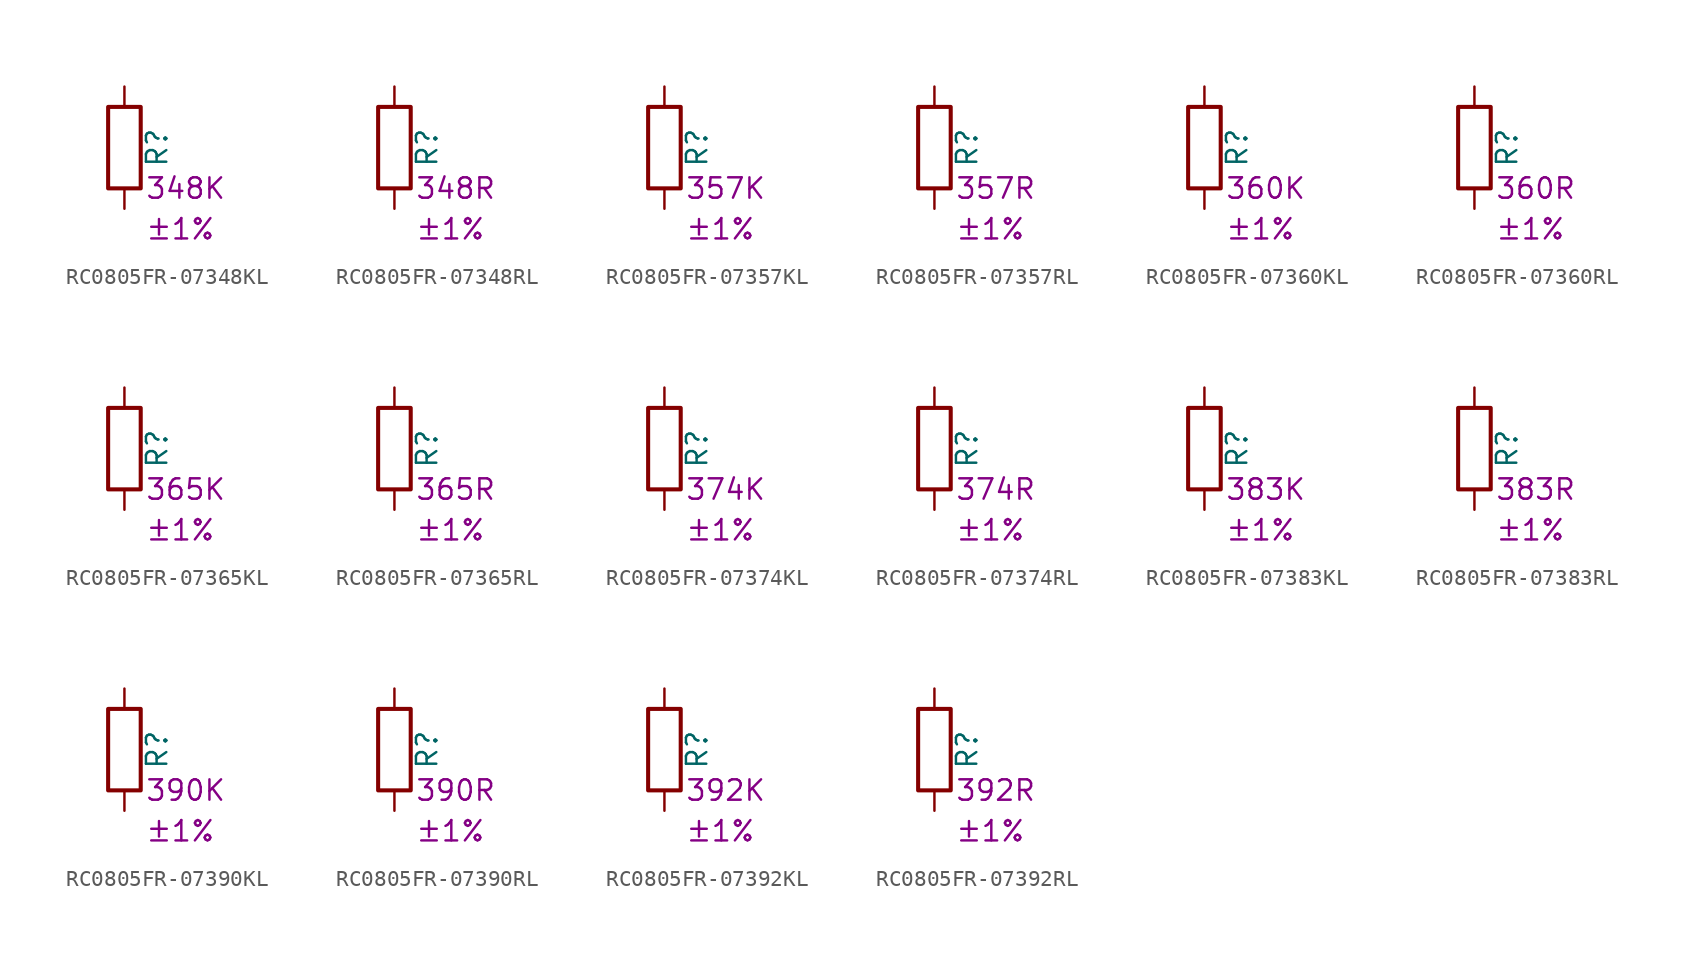
<source format=kicad_sym>
(kicad_symbol_lib
  (version 20220914)
  (generator kicad_symbol_editor)
  (symbol "RC0805FR-07348KL"
    (pin_numbers hide)
    (pin_names
      (offset 0))
    (property "Reference" "R"
      (at 2.032 0 90)
      (effects (font (size 1.27 1.27))))
    (property "Resistance" "348K"
      (at 1.27 -2.54 0)
      (effects (font (size 1.27 1.27)) (justify left)))
    (property "Tolerance" "±1%"
      (at 1.27 -5.08 0)
      (effects (font (size 1.27 1.27)) (justify left)))
    (symbol "RC0805FR-07348KL_0_1"
      (rectangle (start -1.016 -2.54) (end 1.016 2.54) (stroke (width 0.254) (type default)) (fill (type none))))
    (symbol "RC0805FR-07348KL_1_1"
      (pin passive line (at 0 3.81 270) (length 1.27) (name "~" (effects (font (size 1.27 1.27)))) (number "1" (effects (font (size 1.27 1.27)))))
      (pin passive line (at 0 -3.81 90) (length 1.27) (name "~" (effects (font (size 1.27 1.27)))) (number "2" (effects (font (size 1.27 1.27)))))))
  (symbol "RC0805FR-07348RL"
    (pin_numbers hide)
    (pin_names
      (offset 0))
    (property "Reference" "R"
      (at 2.032 0 90)
      (effects (font (size 1.27 1.27))))
    (property "Resistance" "348R"
      (at 1.27 -2.54 0)
      (effects (font (size 1.27 1.27)) (justify left)))
    (property "Tolerance" "±1%"
      (at 1.27 -5.08 0)
      (effects (font (size 1.27 1.27)) (justify left)))
    (symbol "RC0805FR-07348RL_0_1"
      (rectangle (start -1.016 -2.54) (end 1.016 2.54) (stroke (width 0.254) (type default)) (fill (type none))))
    (symbol "RC0805FR-07348RL_1_1"
      (pin passive line (at 0 3.81 270) (length 1.27) (name "~" (effects (font (size 1.27 1.27)))) (number "1" (effects (font (size 1.27 1.27)))))
      (pin passive line (at 0 -3.81 90) (length 1.27) (name "~" (effects (font (size 1.27 1.27)))) (number "2" (effects (font (size 1.27 1.27)))))))
  (symbol "RC0805FR-07357KL"
    (pin_numbers hide)
    (pin_names
      (offset 0))
    (property "Reference" "R"
      (at 2.032 0 90)
      (effects (font (size 1.27 1.27))))
    (property "Resistance" "357K"
      (at 1.27 -2.54 0)
      (effects (font (size 1.27 1.27)) (justify left)))
    (property "Tolerance" "±1%"
      (at 1.27 -5.08 0)
      (effects (font (size 1.27 1.27)) (justify left)))
    (symbol "RC0805FR-07357KL_0_1"
      (rectangle (start -1.016 -2.54) (end 1.016 2.54) (stroke (width 0.254) (type default)) (fill (type none))))
    (symbol "RC0805FR-07357KL_1_1"
      (pin passive line (at 0 3.81 270) (length 1.27) (name "~" (effects (font (size 1.27 1.27)))) (number "1" (effects (font (size 1.27 1.27)))))
      (pin passive line (at 0 -3.81 90) (length 1.27) (name "~" (effects (font (size 1.27 1.27)))) (number "2" (effects (font (size 1.27 1.27)))))))
  (symbol "RC0805FR-07357RL"
    (pin_numbers hide)
    (pin_names
      (offset 0))
    (property "Reference" "R"
      (at 2.032 0 90)
      (effects (font (size 1.27 1.27))))
    (property "Resistance" "357R"
      (at 1.27 -2.54 0)
      (effects (font (size 1.27 1.27)) (justify left)))
    (property "Tolerance" "±1%"
      (at 1.27 -5.08 0)
      (effects (font (size 1.27 1.27)) (justify left)))
    (symbol "RC0805FR-07357RL_0_1"
      (rectangle (start -1.016 -2.54) (end 1.016 2.54) (stroke (width 0.254) (type default)) (fill (type none))))
    (symbol "RC0805FR-07357RL_1_1"
      (pin passive line (at 0 3.81 270) (length 1.27) (name "~" (effects (font (size 1.27 1.27)))) (number "1" (effects (font (size 1.27 1.27)))))
      (pin passive line (at 0 -3.81 90) (length 1.27) (name "~" (effects (font (size 1.27 1.27)))) (number "2" (effects (font (size 1.27 1.27)))))))
  (symbol "RC0805FR-07360KL"
    (pin_numbers hide)
    (pin_names
      (offset 0))
    (property "Reference" "R"
      (at 2.032 0 90)
      (effects (font (size 1.27 1.27))))
    (property "Resistance" "360K"
      (at 1.27 -2.54 0)
      (effects (font (size 1.27 1.27)) (justify left)))
    (property "Tolerance" "±1%"
      (at 1.27 -5.08 0)
      (effects (font (size 1.27 1.27)) (justify left)))
    (symbol "RC0805FR-07360KL_0_1"
      (rectangle (start -1.016 -2.54) (end 1.016 2.54) (stroke (width 0.254) (type default)) (fill (type none))))
    (symbol "RC0805FR-07360KL_1_1"
      (pin passive line (at 0 3.81 270) (length 1.27) (name "~" (effects (font (size 1.27 1.27)))) (number "1" (effects (font (size 1.27 1.27)))))
      (pin passive line (at 0 -3.81 90) (length 1.27) (name "~" (effects (font (size 1.27 1.27)))) (number "2" (effects (font (size 1.27 1.27)))))))
  (symbol "RC0805FR-07360RL"
    (pin_numbers hide)
    (pin_names
      (offset 0))
    (property "Reference" "R"
      (at 2.032 0 90)
      (effects (font (size 1.27 1.27))))
    (property "Resistance" "360R"
      (at 1.27 -2.54 0)
      (effects (font (size 1.27 1.27)) (justify left)))
    (property "Tolerance" "±1%"
      (at 1.27 -5.08 0)
      (effects (font (size 1.27 1.27)) (justify left)))
    (symbol "RC0805FR-07360RL_0_1"
      (rectangle (start -1.016 -2.54) (end 1.016 2.54) (stroke (width 0.254) (type default)) (fill (type none))))
    (symbol "RC0805FR-07360RL_1_1"
      (pin passive line (at 0 3.81 270) (length 1.27) (name "~" (effects (font (size 1.27 1.27)))) (number "1" (effects (font (size 1.27 1.27)))))
      (pin passive line (at 0 -3.81 90) (length 1.27) (name "~" (effects (font (size 1.27 1.27)))) (number "2" (effects (font (size 1.27 1.27)))))))
  (symbol "RC0805FR-07365KL"
    (pin_numbers hide)
    (pin_names
      (offset 0))
    (property "Reference" "R"
      (at 2.032 0 90)
      (effects (font (size 1.27 1.27))))
    (property "Resistance" "365K"
      (at 1.27 -2.54 0)
      (effects (font (size 1.27 1.27)) (justify left)))
    (property "Tolerance" "±1%"
      (at 1.27 -5.08 0)
      (effects (font (size 1.27 1.27)) (justify left)))
    (symbol "RC0805FR-07365KL_0_1"
      (rectangle (start -1.016 -2.54) (end 1.016 2.54) (stroke (width 0.254) (type default)) (fill (type none))))
    (symbol "RC0805FR-07365KL_1_1"
      (pin passive line (at 0 3.81 270) (length 1.27) (name "~" (effects (font (size 1.27 1.27)))) (number "1" (effects (font (size 1.27 1.27)))))
      (pin passive line (at 0 -3.81 90) (length 1.27) (name "~" (effects (font (size 1.27 1.27)))) (number "2" (effects (font (size 1.27 1.27)))))))
  (symbol "RC0805FR-07365RL"
    (pin_numbers hide)
    (pin_names
      (offset 0))
    (property "Reference" "R"
      (at 2.032 0 90)
      (effects (font (size 1.27 1.27))))
    (property "Resistance" "365R"
      (at 1.27 -2.54 0)
      (effects (font (size 1.27 1.27)) (justify left)))
    (property "Tolerance" "±1%"
      (at 1.27 -5.08 0)
      (effects (font (size 1.27 1.27)) (justify left)))
    (symbol "RC0805FR-07365RL_0_1"
      (rectangle (start -1.016 -2.54) (end 1.016 2.54) (stroke (width 0.254) (type default)) (fill (type none))))
    (symbol "RC0805FR-07365RL_1_1"
      (pin passive line (at 0 3.81 270) (length 1.27) (name "~" (effects (font (size 1.27 1.27)))) (number "1" (effects (font (size 1.27 1.27)))))
      (pin passive line (at 0 -3.81 90) (length 1.27) (name "~" (effects (font (size 1.27 1.27)))) (number "2" (effects (font (size 1.27 1.27)))))))
  (symbol "RC0805FR-07374KL"
    (pin_numbers hide)
    (pin_names
      (offset 0))
    (property "Reference" "R"
      (at 2.032 0 90)
      (effects (font (size 1.27 1.27))))
    (property "Resistance" "374K"
      (at 1.27 -2.54 0)
      (effects (font (size 1.27 1.27)) (justify left)))
    (property "Tolerance" "±1%"
      (at 1.27 -5.08 0)
      (effects (font (size 1.27 1.27)) (justify left)))
    (symbol "RC0805FR-07374KL_0_1"
      (rectangle (start -1.016 -2.54) (end 1.016 2.54) (stroke (width 0.254) (type default)) (fill (type none))))
    (symbol "RC0805FR-07374KL_1_1"
      (pin passive line (at 0 3.81 270) (length 1.27) (name "~" (effects (font (size 1.27 1.27)))) (number "1" (effects (font (size 1.27 1.27)))))
      (pin passive line (at 0 -3.81 90) (length 1.27) (name "~" (effects (font (size 1.27 1.27)))) (number "2" (effects (font (size 1.27 1.27)))))))
  (symbol "RC0805FR-07374RL"
    (pin_numbers hide)
    (pin_names
      (offset 0))
    (property "Reference" "R"
      (at 2.032 0 90)
      (effects (font (size 1.27 1.27))))
    (property "Resistance" "374R"
      (at 1.27 -2.54 0)
      (effects (font (size 1.27 1.27)) (justify left)))
    (property "Tolerance" "±1%"
      (at 1.27 -5.08 0)
      (effects (font (size 1.27 1.27)) (justify left)))
    (symbol "RC0805FR-07374RL_0_1"
      (rectangle (start -1.016 -2.54) (end 1.016 2.54) (stroke (width 0.254) (type default)) (fill (type none))))
    (symbol "RC0805FR-07374RL_1_1"
      (pin passive line (at 0 3.81 270) (length 1.27) (name "~" (effects (font (size 1.27 1.27)))) (number "1" (effects (font (size 1.27 1.27)))))
      (pin passive line (at 0 -3.81 90) (length 1.27) (name "~" (effects (font (size 1.27 1.27)))) (number "2" (effects (font (size 1.27 1.27)))))))
  (symbol "RC0805FR-07383KL"
    (pin_numbers hide)
    (pin_names
      (offset 0))
    (property "Reference" "R"
      (at 2.032 0 90)
      (effects (font (size 1.27 1.27))))
    (property "Resistance" "383K"
      (at 1.27 -2.54 0)
      (effects (font (size 1.27 1.27)) (justify left)))
    (property "Tolerance" "±1%"
      (at 1.27 -5.08 0)
      (effects (font (size 1.27 1.27)) (justify left)))
    (symbol "RC0805FR-07383KL_0_1"
      (rectangle (start -1.016 -2.54) (end 1.016 2.54) (stroke (width 0.254) (type default)) (fill (type none))))
    (symbol "RC0805FR-07383KL_1_1"
      (pin passive line (at 0 3.81 270) (length 1.27) (name "~" (effects (font (size 1.27 1.27)))) (number "1" (effects (font (size 1.27 1.27)))))
      (pin passive line (at 0 -3.81 90) (length 1.27) (name "~" (effects (font (size 1.27 1.27)))) (number "2" (effects (font (size 1.27 1.27)))))))
  (symbol "RC0805FR-07383RL"
    (pin_numbers hide)
    (pin_names
      (offset 0))
    (property "Reference" "R"
      (at 2.032 0 90)
      (effects (font (size 1.27 1.27))))
    (property "Resistance" "383R"
      (at 1.27 -2.54 0)
      (effects (font (size 1.27 1.27)) (justify left)))
    (property "Tolerance" "±1%"
      (at 1.27 -5.08 0)
      (effects (font (size 1.27 1.27)) (justify left)))
    (symbol "RC0805FR-07383RL_0_1"
      (rectangle (start -1.016 -2.54) (end 1.016 2.54) (stroke (width 0.254) (type default)) (fill (type none))))
    (symbol "RC0805FR-07383RL_1_1"
      (pin passive line (at 0 3.81 270) (length 1.27) (name "~" (effects (font (size 1.27 1.27)))) (number "1" (effects (font (size 1.27 1.27)))))
      (pin passive line (at 0 -3.81 90) (length 1.27) (name "~" (effects (font (size 1.27 1.27)))) (number "2" (effects (font (size 1.27 1.27)))))))
  (symbol "RC0805FR-07390KL"
    (pin_numbers hide)
    (pin_names
      (offset 0))
    (property "Reference" "R"
      (at 2.032 0 90)
      (effects (font (size 1.27 1.27))))
    (property "Resistance" "390K"
      (at 1.27 -2.54 0)
      (effects (font (size 1.27 1.27)) (justify left)))
    (property "Tolerance" "±1%"
      (at 1.27 -5.08 0)
      (effects (font (size 1.27 1.27)) (justify left)))
    (symbol "RC0805FR-07390KL_0_1"
      (rectangle (start -1.016 -2.54) (end 1.016 2.54) (stroke (width 0.254) (type default)) (fill (type none))))
    (symbol "RC0805FR-07390KL_1_1"
      (pin passive line (at 0 3.81 270) (length 1.27) (name "~" (effects (font (size 1.27 1.27)))) (number "1" (effects (font (size 1.27 1.27)))))
      (pin passive line (at 0 -3.81 90) (length 1.27) (name "~" (effects (font (size 1.27 1.27)))) (number "2" (effects (font (size 1.27 1.27)))))))
  (symbol "RC0805FR-07390RL"
    (pin_numbers hide)
    (pin_names
      (offset 0))
    (property "Reference" "R"
      (at 2.032 0 90)
      (effects (font (size 1.27 1.27))))
    (property "Resistance" "390R"
      (at 1.27 -2.54 0)
      (effects (font (size 1.27 1.27)) (justify left)))
    (property "Tolerance" "±1%"
      (at 1.27 -5.08 0)
      (effects (font (size 1.27 1.27)) (justify left)))
    (symbol "RC0805FR-07390RL_0_1"
      (rectangle (start -1.016 -2.54) (end 1.016 2.54) (stroke (width 0.254) (type default)) (fill (type none))))
    (symbol "RC0805FR-07390RL_1_1"
      (pin passive line (at 0 3.81 270) (length 1.27) (name "~" (effects (font (size 1.27 1.27)))) (number "1" (effects (font (size 1.27 1.27)))))
      (pin passive line (at 0 -3.81 90) (length 1.27) (name "~" (effects (font (size 1.27 1.27)))) (number "2" (effects (font (size 1.27 1.27)))))))
  (symbol "RC0805FR-07392KL"
    (pin_numbers hide)
    (pin_names
      (offset 0))
    (property "Reference" "R"
      (at 2.032 0 90)
      (effects (font (size 1.27 1.27))))
    (property "Resistance" "392K"
      (at 1.27 -2.54 0)
      (effects (font (size 1.27 1.27)) (justify left)))
    (property "Tolerance" "±1%"
      (at 1.27 -5.08 0)
      (effects (font (size 1.27 1.27)) (justify left)))
    (symbol "RC0805FR-07392KL_0_1"
      (rectangle (start -1.016 -2.54) (end 1.016 2.54) (stroke (width 0.254) (type default)) (fill (type none))))
    (symbol "RC0805FR-07392KL_1_1"
      (pin passive line (at 0 3.81 270) (length 1.27) (name "~" (effects (font (size 1.27 1.27)))) (number "1" (effects (font (size 1.27 1.27)))))
      (pin passive line (at 0 -3.81 90) (length 1.27) (name "~" (effects (font (size 1.27 1.27)))) (number "2" (effects (font (size 1.27 1.27)))))))
  (symbol "RC0805FR-07392RL"
    (pin_numbers hide)
    (pin_names
      (offset 0))
    (property "Reference" "R"
      (at 2.032 0 90)
      (effects (font (size 1.27 1.27))))
    (property "Resistance" "392R"
      (at 1.27 -2.54 0)
      (effects (font (size 1.27 1.27)) (justify left)))
    (property "Tolerance" "±1%"
      (at 1.27 -5.08 0)
      (effects (font (size 1.27 1.27)) (justify left)))
    (symbol "RC0805FR-07392RL_0_1"
      (rectangle (start -1.016 -2.54) (end 1.016 2.54) (stroke (width 0.254) (type default)) (fill (type none))))
    (symbol "RC0805FR-07392RL_1_1"
      (pin passive line (at 0 3.81 270) (length 1.27) (name "~" (effects (font (size 1.27 1.27)))) (number "1" (effects (font (size 1.27 1.27)))))
      (pin passive line (at 0 -3.81 90) (length 1.27) (name "~" (effects (font (size 1.27 1.27)))) (number "2" (effects (font (size 1.27 1.27))))))))
</source>
